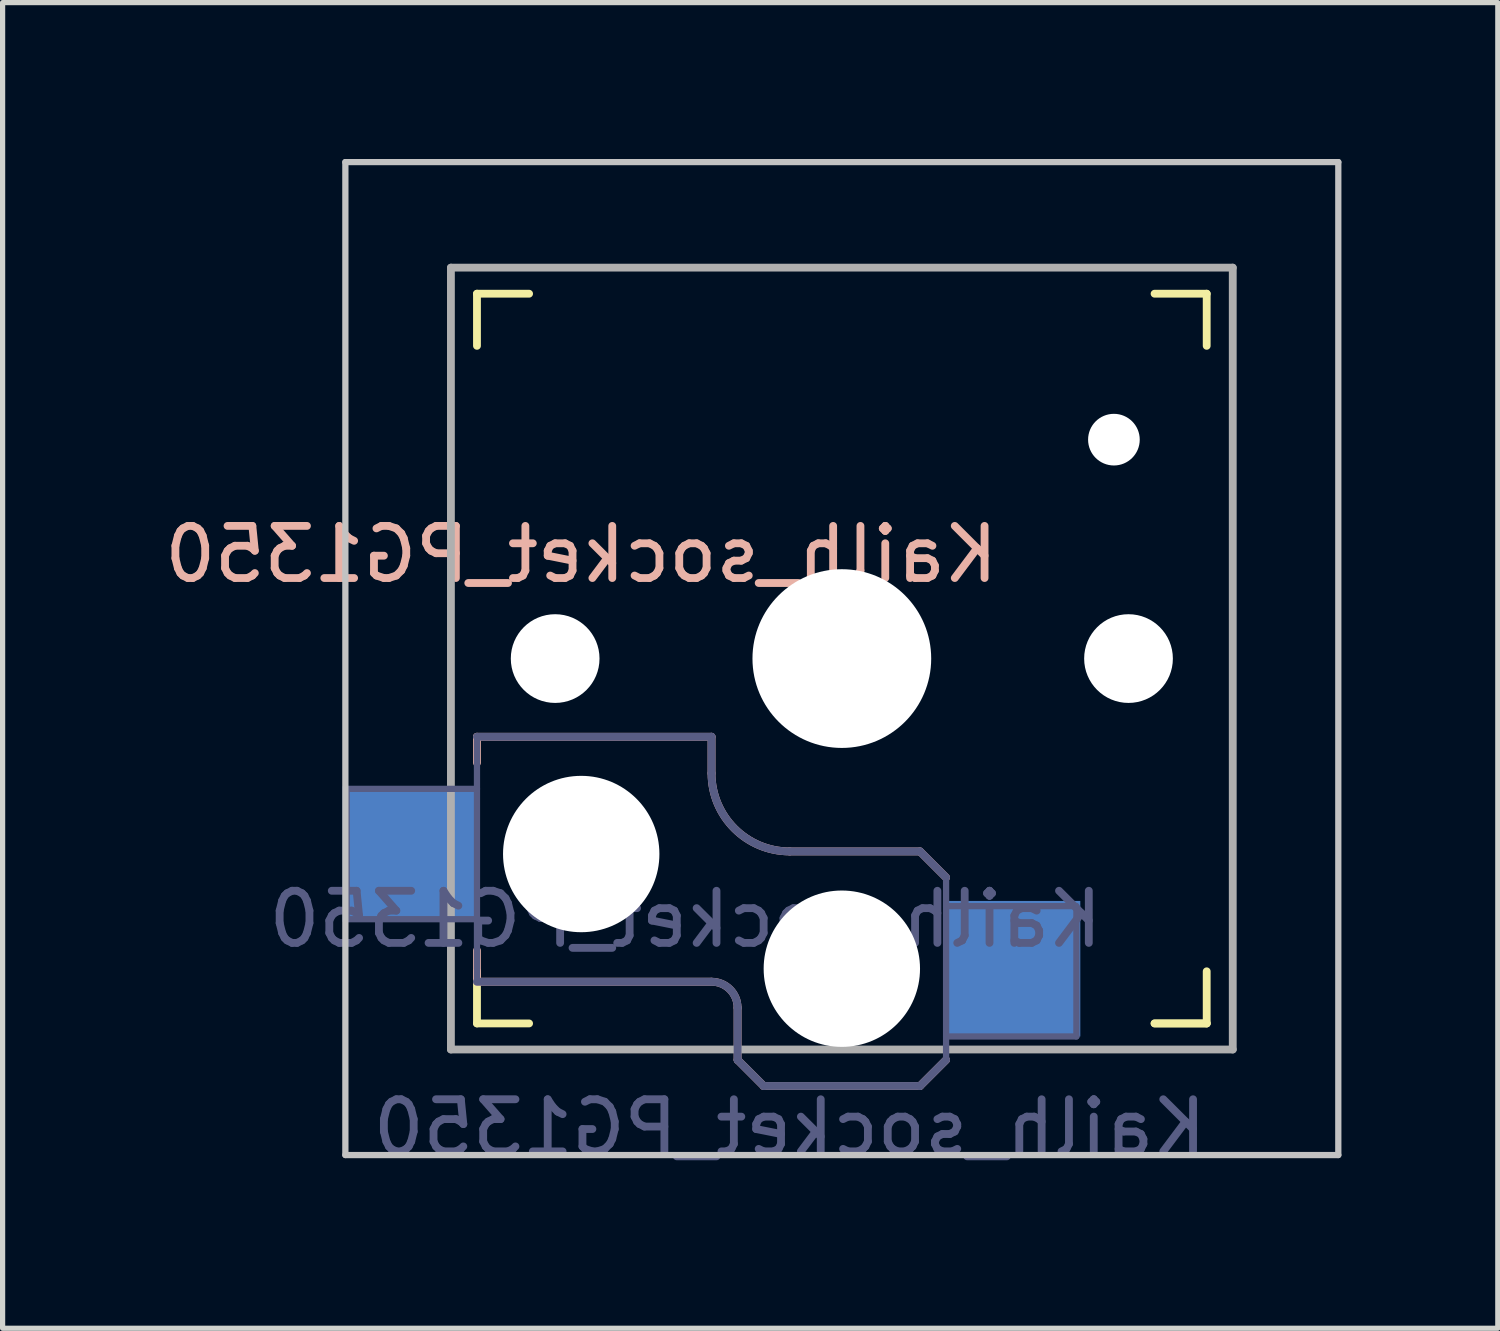
<source format=kicad_pcb>
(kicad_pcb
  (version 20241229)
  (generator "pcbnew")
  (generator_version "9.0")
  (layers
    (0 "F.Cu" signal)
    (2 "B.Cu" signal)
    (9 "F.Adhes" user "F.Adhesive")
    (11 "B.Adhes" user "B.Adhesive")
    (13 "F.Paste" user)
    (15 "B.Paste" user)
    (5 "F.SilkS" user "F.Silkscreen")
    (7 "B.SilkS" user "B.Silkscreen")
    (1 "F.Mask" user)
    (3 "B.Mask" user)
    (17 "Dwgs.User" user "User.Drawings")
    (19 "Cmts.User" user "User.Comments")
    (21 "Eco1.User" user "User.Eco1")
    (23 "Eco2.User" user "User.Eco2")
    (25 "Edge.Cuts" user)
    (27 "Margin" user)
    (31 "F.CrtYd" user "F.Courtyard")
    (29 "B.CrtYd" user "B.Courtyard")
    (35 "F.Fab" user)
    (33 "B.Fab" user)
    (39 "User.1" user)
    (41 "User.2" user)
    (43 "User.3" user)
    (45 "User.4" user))
  (footprint "Kailh_socket_PG1350"
    (layer "F.Cu")
    (at 13.101 9.585)
    (property "Reference" "Kailh_socket_PG1350" (at -5 -2 0) (layer "B.SilkS") (effects (font (size 1 1) (thickness 0.15)) (justify mirror)))
    (property "Value" "Kailh_socket_PG1350" (at 0 8.255 0) (layer "F.Fab") (hide yes) (effects (font (size 1 1) (thickness 0.15))))
    (attr smd)
    (fp_line (start -7 -6) (end -7 -7) (stroke (width 0.15) (type solid)) (layer "F.SilkS"))
    (fp_line (start -7 7) (end -7 6) (stroke (width 0.15) (type solid)) (layer "F.SilkS"))
    (fp_line (start -7 7) (end -6 7) (stroke (width 0.15) (type solid)) (layer "F.SilkS"))
    (fp_line (start -6 -7) (end -7 -7) (stroke (width 0.15) (type solid)) (layer "F.SilkS"))
    (fp_line (start 6 7) (end 7 7) (stroke (width 0.15) (type solid)) (layer "F.SilkS"))
    (fp_line (start 7 -7) (end 6 -7) (stroke (width 0.15) (type solid)) (layer "F.SilkS"))
    (fp_line (start 7 -7) (end 7 -6) (stroke (width 0.15) (type solid)) (layer "F.SilkS"))
    (fp_line (start 7 6) (end 7 7) (stroke (width 0.15) (type solid)) (layer "F.SilkS"))
    (fp_line (start 7 7) (end 6 7) (stroke (width 0.15) (type solid)) (layer "F.SilkS"))
    (fp_line (start -7 1.5) (end -7 2) (stroke (width 0.15) (type solid)) (layer "B.SilkS"))
    (fp_line (start -7 5.6) (end -7 6.2) (stroke (width 0.15) (type solid)) (layer "B.SilkS"))
    (fp_line (start -7 6.2) (end -2.5 6.2) (stroke (width 0.15) (type solid)) (layer "B.SilkS"))
    (fp_line (start -2.5 1.5) (end -7 1.5) (stroke (width 0.15) (type solid)) (layer "B.SilkS"))
    (fp_line (start -2.5 2.2) (end -2.5 1.5) (stroke (width 0.15) (type solid)) (layer "B.SilkS"))
    (fp_line (start -2 6.7) (end -2 7.7) (stroke (width 0.15) (type solid)) (layer "B.SilkS"))
    (fp_line (start -1.5 8.2) (end -2 7.7) (stroke (width 0.15) (type solid)) (layer "B.SilkS"))
    (fp_line (start 1.5 3.7) (end -1 3.7) (stroke (width 0.15) (type solid)) (layer "B.SilkS"))
    (fp_line (start 1.5 8.2) (end -1.5 8.2) (stroke (width 0.15) (type solid)) (layer "B.SilkS"))
    (fp_line (start 2 4.2) (end 1.5 3.7) (stroke (width 0.15) (type solid)) (layer "B.SilkS"))
    (fp_line (start 2 7.7) (end 1.5 8.2) (stroke (width 0.15) (type solid)) (layer "B.SilkS"))
    (fp_arc (start -2.5 6.2) (mid -2.146447 6.346447) (end -2 6.7) (stroke (width 0.15) (type solid)) (layer "B.SilkS"))
    (fp_arc (start -1 3.7) (mid -2.06066 3.26066) (end -2.5 2.2) (stroke (width 0.15) (type solid)) (layer "B.SilkS"))
    (fp_line (start -9.525 -9.525) (end 9.525 -9.525) (stroke (width 0.12) (type solid)) (layer "Dwgs.User"))
    (fp_line (start -9.525 9.525) (end -9.525 -9.525) (stroke (width 0.12) (type solid)) (layer "Dwgs.User"))
    (fp_line (start 9.525 -9.525) (end 9.525 9.525) (stroke (width 0.12) (type solid)) (layer "Dwgs.User"))
    (fp_line (start 9.525 9.525) (end -9.525 9.525) (stroke (width 0.12) (type solid)) (layer "Dwgs.User"))
    (fp_line (start -6.9 6.9) (end -6.9 -6.9) (stroke (width 0.15) (type solid)) (layer "Eco2.User"))
    (fp_line (start -6.9 6.9) (end 6.9 6.9) (stroke (width 0.15) (type solid)) (layer "Eco2.User"))
    (fp_line (start -2.6 -3.1) (end -2.6 -6.3) (stroke (width 0.15) (type solid)) (layer "Eco2.User"))
    (fp_line (start -2.6 -3.1) (end 2.6 -3.1) (stroke (width 0.15) (type solid)) (layer "Eco2.User"))
    (fp_line (start 2.6 -6.3) (end -2.6 -6.3) (stroke (width 0.15) (type solid)) (layer "Eco2.User"))
    (fp_line (start 2.6 -3.1) (end 2.6 -6.3) (stroke (width 0.15) (type solid)) (layer "Eco2.User"))
    (fp_line (start 6.9 -6.9) (end -6.9 -6.9) (stroke (width 0.15) (type solid)) (layer "Eco2.User"))
    (fp_line (start 6.9 -6.9) (end 6.9 6.9) (stroke (width 0.15) (type solid)) (layer "Eco2.User"))
    (fp_line (start -9.5 2.5) (end -7 2.5) (stroke (width 0.12) (type solid)) (layer "B.Fab"))
    (fp_line (start -9.5 5) (end -9.5 2.5) (stroke (width 0.12) (type solid)) (layer "B.Fab"))
    (fp_line (start -7 1.5) (end -7 6.2) (stroke (width 0.12) (type solid)) (layer "B.Fab"))
    (fp_line (start -7 5) (end -9.5 5) (stroke (width 0.12) (type solid)) (layer "B.Fab"))
    (fp_line (start -7 6.2) (end -2.5 6.2) (stroke (width 0.15) (type solid)) (layer "B.Fab"))
    (fp_line (start -2.5 1.5) (end -7 1.5) (stroke (width 0.15) (type solid)) (layer "B.Fab"))
    (fp_line (start -2.5 2.2) (end -2.5 1.5) (stroke (width 0.15) (type solid)) (layer "B.Fab"))
    (fp_line (start -2 6.7) (end -2 7.7) (stroke (width 0.15) (type solid)) (layer "B.Fab"))
    (fp_line (start -1.5 8.2) (end -2 7.7) (stroke (width 0.15) (type solid)) (layer "B.Fab"))
    (fp_line (start 1.5 3.7) (end -1 3.7) (stroke (width 0.15) (type solid)) (layer "B.Fab"))
    (fp_line (start 1.5 8.2) (end -1.5 8.2) (stroke (width 0.15) (type solid)) (layer "B.Fab"))
    (fp_line (start 2 4.2) (end 1.5 3.7) (stroke (width 0.15) (type solid)) (layer "B.Fab"))
    (fp_line (start 2 4.25) (end 2 7.7) (stroke (width 0.12) (type solid)) (layer "B.Fab"))
    (fp_line (start 2 4.75) (end 4.5 4.75) (stroke (width 0.12) (type solid)) (layer "B.Fab"))
    (fp_line (start 2 7.7) (end 1.5 8.2) (stroke (width 0.15) (type solid)) (layer "B.Fab"))
    (fp_line (start 4.5 4.75) (end 4.5 7.25) (stroke (width 0.12) (type solid)) (layer "B.Fab"))
    (fp_line (start 4.5 7.25) (end 2 7.25) (stroke (width 0.12) (type solid)) (layer "B.Fab"))
    (fp_arc (start -2.5 6.2) (mid -2.146447 6.346447) (end -2 6.7) (stroke (width 0.15) (type solid)) (layer "B.Fab"))
    (fp_arc (start -1 3.7) (mid -2.06066 3.26066) (end -2.5 2.2) (stroke (width 0.15) (type solid)) (layer "B.Fab"))
    (fp_line (start -7.5 -7.5) (end 7.5 -7.5) (stroke (width 0.15) (type solid)) (layer "F.Fab"))
    (fp_line (start -7.5 7.5) (end -7.5 -7.5) (stroke (width 0.15) (type solid)) (layer "F.Fab"))
    (fp_line (start 7.5 -7.5) (end 7.5 7.5) (stroke (width 0.15) (type solid)) (layer "F.Fab"))
    (fp_line (start 7.5 7.5) (end -7.5 7.5) (stroke (width 0.15) (type solid)) (layer "F.Fab"))
    (fp_text user "${REFERENCE}" (at -3 5 0) (layer "B.Fab") (effects (font (size 1 1) (thickness 0.15)) (justify mirror)))
    (fp_text user "${VALUE}" (at -1 9 0) (layer "B.Fab") (effects (font (size 1 1) (thickness 0.15)) (justify mirror)))
    (pad "" np_thru_hole circle (at -5.5 0) (size 1.702 1.702) (drill 1.702) (layers "*.Cu" "*.Mask"))
    (pad "" np_thru_hole circle (at -5 3.75) (size 3 3) (drill 3) (layers "*.Cu" "*.Mask"))
    (pad "" np_thru_hole circle (at 0 0) (size 3.429 3.429) (drill 3.429) (layers "*.Cu" "*.Mask"))
    (pad "" np_thru_hole circle (at 0 5.95) (size 3 3) (drill 3) (layers "*.Cu" "*.Mask"))
    (pad "" np_thru_hole circle (at 5.22 -4.2) (size 0.991 0.991) (drill 0.991) (layers "*.Cu" "*.Mask"))
    (pad "" np_thru_hole circle (at 5.5 0) (size 1.702 1.702) (drill 1.702) (layers "*.Cu" "*.Mask"))
    (pad "1" smd rect (at 3.275 5.95) (size 2.6 2.6) (layers "B.Cu" "B.Mask" "B.Paste"))
    (pad "2" smd rect (at -8.275 3.75) (size 2.6 2.6) (layers "B.Cu" "B.Mask" "B.Paste")))
  (gr_rect
    (start -3 -3)
    (end 25.686 22.433)
    (stroke (width 0.1) (type default))
    (fill no)
    (layer "Edge.Cuts")))
</source>
